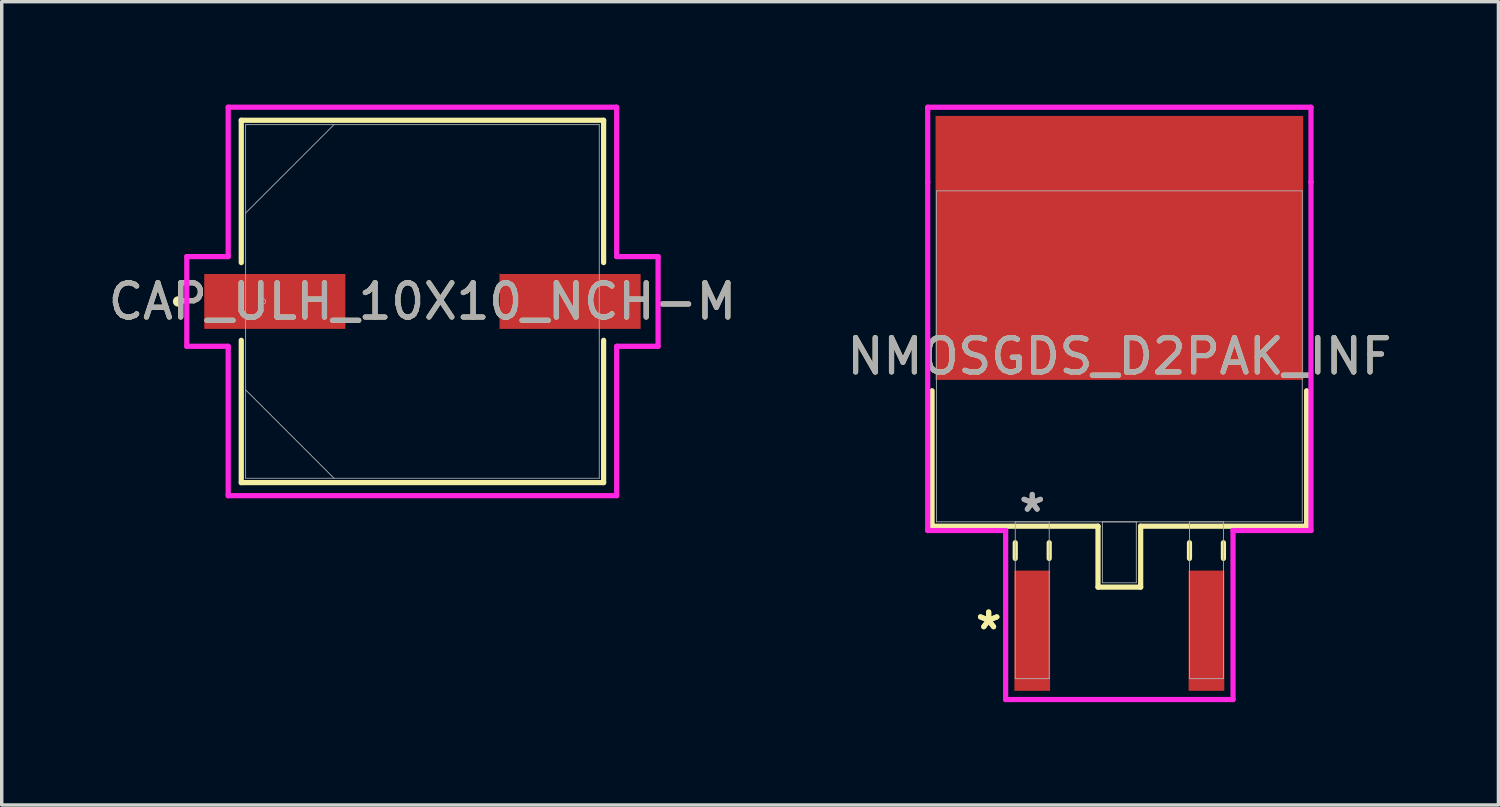
<source format=kicad_pcb>
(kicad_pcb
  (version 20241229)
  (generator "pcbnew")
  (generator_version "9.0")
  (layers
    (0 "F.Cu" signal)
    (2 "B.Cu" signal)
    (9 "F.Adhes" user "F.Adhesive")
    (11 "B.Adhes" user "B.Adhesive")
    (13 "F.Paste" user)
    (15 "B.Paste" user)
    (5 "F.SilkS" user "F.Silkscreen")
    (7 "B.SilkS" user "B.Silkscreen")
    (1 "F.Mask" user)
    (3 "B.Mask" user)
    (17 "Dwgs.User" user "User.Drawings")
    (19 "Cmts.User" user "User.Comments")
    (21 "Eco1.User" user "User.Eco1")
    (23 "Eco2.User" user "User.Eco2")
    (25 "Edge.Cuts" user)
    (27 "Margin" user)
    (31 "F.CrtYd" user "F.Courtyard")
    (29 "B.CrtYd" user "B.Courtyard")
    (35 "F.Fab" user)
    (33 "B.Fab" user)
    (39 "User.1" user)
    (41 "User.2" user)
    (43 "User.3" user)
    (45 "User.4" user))
  (footprint "NMOSGDS_D2PAK_INF"
    (layer "F.Cu")
    (at 29.589 7.34)
    (property "Reference" "NMOSGDS_D2PAK_INF" (at 0 0 0) (unlocked yes) (layer "F.SilkS") (effects (font (size 1 1) (thickness 0.15))))
    (attr smd)
    (fp_line (start -5.461 1.004) (end -5.461 4.953) (stroke (width 0.152) (type solid)) (layer "F.SilkS"))
    (fp_line (start -5.461 4.953) (end -0.622 4.953) (stroke (width 0.152) (type solid)) (layer "F.SilkS"))
    (fp_line (start -3.035 5.436) (end -3.035 5.893) (stroke (width 0.152) (type solid)) (layer "F.SilkS"))
    (fp_line (start -2.045 5.436) (end -2.045 5.893) (stroke (width 0.152) (type solid)) (layer "F.SilkS"))
    (fp_line (start -0.622 4.953) (end -0.622 6.731) (stroke (width 0.152) (type solid)) (layer "F.SilkS"))
    (fp_line (start -0.622 6.731) (end 0.622 6.731) (stroke (width 0.152) (type solid)) (layer "F.SilkS"))
    (fp_line (start 0.622 4.953) (end 5.461 4.953) (stroke (width 0.152) (type solid)) (layer "F.SilkS"))
    (fp_line (start 0.622 6.731) (end 0.622 4.953) (stroke (width 0.152) (type solid)) (layer "F.SilkS"))
    (fp_line (start 2.045 5.436) (end 2.045 5.893) (stroke (width 0.152) (type solid)) (layer "F.SilkS"))
    (fp_line (start 3.035 5.436) (end 3.035 5.893) (stroke (width 0.152) (type solid)) (layer "F.SilkS"))
    (fp_line (start 5.461 4.953) (end 5.461 1.004) (stroke (width 0.152) (type solid)) (layer "F.SilkS"))
    (fp_line (start -5.588 -7.263) (end 5.588 -7.263) (stroke (width 0.152) (type solid)) (layer "F.CrtYd"))
    (fp_line (start -5.588 -5.08) (end -5.588 -7.263) (stroke (width 0.152) (type solid)) (layer "F.CrtYd"))
    (fp_line (start -5.588 -5.08) (end -5.588 -5.08) (stroke (width 0.152) (type solid)) (layer "F.CrtYd"))
    (fp_line (start -5.588 5.08) (end -5.588 -5.08) (stroke (width 0.152) (type solid)) (layer "F.CrtYd"))
    (fp_line (start -3.315 5.08) (end -5.588 5.08) (stroke (width 0.152) (type solid)) (layer "F.CrtYd"))
    (fp_line (start -3.315 10.008) (end -3.315 5.08) (stroke (width 0.152) (type solid)) (layer "F.CrtYd"))
    (fp_line (start 3.315 5.08) (end 3.315 10.008) (stroke (width 0.152) (type solid)) (layer "F.CrtYd"))
    (fp_line (start 3.315 10.008) (end -3.315 10.008) (stroke (width 0.152) (type solid)) (layer "F.CrtYd"))
    (fp_line (start 5.588 -7.263) (end 5.588 -5.08) (stroke (width 0.152) (type solid)) (layer "F.CrtYd"))
    (fp_line (start 5.588 -5.08) (end 5.588 -5.08) (stroke (width 0.152) (type solid)) (layer "F.CrtYd"))
    (fp_line (start 5.588 -5.08) (end 5.588 5.08) (stroke (width 0.152) (type solid)) (layer "F.CrtYd"))
    (fp_line (start 5.588 5.08) (end 3.315 5.08) (stroke (width 0.152) (type solid)) (layer "F.CrtYd"))
    (fp_line (start -5.334 -4.826) (end -5.334 4.826) (stroke (width 0.025) (type solid)) (layer "F.Fab"))
    (fp_line (start -5.334 4.826) (end 5.334 4.826) (stroke (width 0.025) (type solid)) (layer "F.Fab"))
    (fp_line (start -3.035 4.826) (end -3.035 9.398) (stroke (width 0.025) (type solid)) (layer "F.Fab"))
    (fp_line (start -3.035 9.398) (end -2.045 9.398) (stroke (width 0.025) (type solid)) (layer "F.Fab"))
    (fp_line (start -2.045 4.826) (end -3.035 4.826) (stroke (width 0.025) (type solid)) (layer "F.Fab"))
    (fp_line (start -2.045 9.398) (end -2.045 4.826) (stroke (width 0.025) (type solid)) (layer "F.Fab"))
    (fp_line (start -0.495 4.826) (end -0.495 6.604) (stroke (width 0.025) (type solid)) (layer "F.Fab"))
    (fp_line (start -0.495 6.604) (end 0.495 6.604) (stroke (width 0.025) (type solid)) (layer "F.Fab"))
    (fp_line (start 0.495 4.826) (end -0.495 4.826) (stroke (width 0.025) (type solid)) (layer "F.Fab"))
    (fp_line (start 0.495 6.604) (end 0.495 4.826) (stroke (width 0.025) (type solid)) (layer "F.Fab"))
    (fp_line (start 2.045 4.826) (end 2.045 9.398) (stroke (width 0.025) (type solid)) (layer "F.Fab"))
    (fp_line (start 2.045 9.398) (end 3.035 9.398) (stroke (width 0.025) (type solid)) (layer "F.Fab"))
    (fp_line (start 3.035 4.826) (end 2.045 4.826) (stroke (width 0.025) (type solid)) (layer "F.Fab"))
    (fp_line (start 3.035 9.398) (end 3.035 4.826) (stroke (width 0.025) (type solid)) (layer "F.Fab"))
    (fp_line (start 5.334 -4.826) (end -5.334 -4.826) (stroke (width 0.025) (type solid)) (layer "F.Fab"))
    (fp_line (start 5.334 4.826) (end 5.334 -4.826) (stroke (width 0.025) (type solid)) (layer "F.Fab"))
    (fp_text user "*" (at -3.81 8.001 0) (unlocked yes) (layer "F.SilkS") (effects (font (size 1 1) (thickness 0.15))))
    (fp_text user "*" (at -3.81 8.001 0) (layer "F.SilkS") (effects (font (size 1 1) (thickness 0.15))))
    (fp_text user "${REFERENCE}" (at 0 0 0) (unlocked yes) (layer "F.Fab") (effects (font (size 1 1) (thickness 0.15))))
    (fp_text user "*" (at -2.54 4.572 0) (unlocked yes) (layer "F.Fab") (effects (font (size 1 1) (thickness 0.15))))
    (fp_text user "*" (at -2.54 4.572 0) (layer "F.Fab") (effects (font (size 1 1) (thickness 0.15))))
    (pad "1" smd rect (at -2.54 8.001) (size 1.041 3.505) (layers "F.Cu" "F.Mask" "F.Paste"))
    (pad "2" smd rect (at 0 -3.161) (size 10.719 7.696) (layers "F.Cu" "F.Mask" "F.Paste"))
    (pad "3" smd rect (at 2.54 8.001) (size 1.041 3.505) (layers "F.Cu" "F.Mask" "F.Paste")))
  (footprint "CAP_ULH_10X10_NCH-M"
    (layer "F.Cu")
    (at 9.268 5.74)
    (property "Reference" "CAP_ULH_10X10_NCH-M" (at 0 0 0) (unlocked yes) (layer "F.SilkS") (effects (font (size 1 1) (thickness 0.15))))
    (attr smd)
    (fp_line (start -5.283 -5.283) (end -5.283 -1.133) (stroke (width 0.152) (type solid)) (layer "F.SilkS"))
    (fp_line (start -5.283 1.133) (end -5.283 5.283) (stroke (width 0.152) (type solid)) (layer "F.SilkS"))
    (fp_line (start -5.283 5.283) (end 5.283 5.283) (stroke (width 0.152) (type solid)) (layer "F.SilkS"))
    (fp_line (start 5.283 -5.283) (end -5.283 -5.283) (stroke (width 0.152) (type solid)) (layer "F.SilkS"))
    (fp_line (start 5.283 -1.133) (end 5.283 -5.283) (stroke (width 0.152) (type solid)) (layer "F.SilkS"))
    (fp_line (start 5.283 5.283) (end 5.283 1.133) (stroke (width 0.152) (type solid)) (layer "F.SilkS"))
    (fp_circle (center -7.125 0) (end -7.048 0) (stroke (width 0.152) (type solid)) (fill no) (layer "F.SilkS"))
    (fp_line (start -6.871 -1.308) (end -5.664 -1.308) (stroke (width 0.152) (type solid)) (layer "F.CrtYd"))
    (fp_line (start -6.871 1.308) (end -6.871 -1.308) (stroke (width 0.152) (type solid)) (layer "F.CrtYd"))
    (fp_line (start -5.664 -5.664) (end 5.664 -5.664) (stroke (width 0.152) (type solid)) (layer "F.CrtYd"))
    (fp_line (start -5.664 -1.308) (end -5.664 -5.664) (stroke (width 0.152) (type solid)) (layer "F.CrtYd"))
    (fp_line (start -5.664 1.308) (end -6.871 1.308) (stroke (width 0.152) (type solid)) (layer "F.CrtYd"))
    (fp_line (start -5.664 5.664) (end -5.664 1.308) (stroke (width 0.152) (type solid)) (layer "F.CrtYd"))
    (fp_line (start 5.664 -5.664) (end 5.664 -1.308) (stroke (width 0.152) (type solid)) (layer "F.CrtYd"))
    (fp_line (start 5.664 -1.308) (end 6.871 -1.308) (stroke (width 0.152) (type solid)) (layer "F.CrtYd"))
    (fp_line (start 5.664 1.308) (end 5.664 5.664) (stroke (width 0.152) (type solid)) (layer "F.CrtYd"))
    (fp_line (start 5.664 5.664) (end -5.664 5.664) (stroke (width 0.152) (type solid)) (layer "F.CrtYd"))
    (fp_line (start 6.871 -1.308) (end 6.871 1.308) (stroke (width 0.152) (type solid)) (layer "F.CrtYd"))
    (fp_line (start 6.871 1.308) (end 5.664 1.308) (stroke (width 0.152) (type solid)) (layer "F.CrtYd"))
    (fp_line (start -5.156 -5.156) (end -5.156 5.156) (stroke (width 0.025) (type solid)) (layer "F.Fab"))
    (fp_line (start -5.156 -2.578) (end -2.578 -5.156) (stroke (width 0.025) (type solid)) (layer "F.Fab"))
    (fp_line (start -5.156 2.578) (end -2.578 5.156) (stroke (width 0.025) (type solid)) (layer "F.Fab"))
    (fp_line (start -5.156 5.156) (end 5.156 5.156) (stroke (width 0.025) (type solid)) (layer "F.Fab"))
    (fp_line (start 5.156 -5.156) (end -5.156 -5.156) (stroke (width 0.025) (type solid)) (layer "F.Fab"))
    (fp_line (start 5.156 5.156) (end 5.156 -5.156) (stroke (width 0.025) (type solid)) (layer "F.Fab"))
    (fp_circle (center -4.648 0) (end -4.572 0) (stroke (width 0.025) (type solid)) (fill no) (layer "F.Fab"))
    (fp_text user "${REFERENCE}" (at 0 0 0) (unlocked yes) (layer "F.Fab") (effects (font (size 1 1) (thickness 0.15))))
    (pad "1" smd rect (at -4.305 0) (size 4.115 1.6) (layers "F.Cu" "F.Mask" "F.Paste"))
    (pad "2" smd rect (at 4.305 0) (size 4.115 1.6) (layers "F.Cu" "F.Mask" "F.Paste"))
    (zone (net_name "") (layer "F.Cu") (hatch full 0.508) (connect_pads) (min_thickness 0.254) (filled_areas_thickness no) (keepout (tracks not_allowed) (vias not_allowed) (pads allowed) (copperpour not_allowed) (footprints allowed)) (placement (enabled no)) (fill) (polygon (pts (xy 4.162 0.635) (xy 14.373 0.635) (xy 14.373 4.889) (xy 4.162 4.889))))
    (zone (net_name "") (layer "F.Cu") (hatch full 0.508) (connect_pads) (min_thickness 0.254) (filled_areas_thickness no) (keepout (tracks not_allowed) (vias not_allowed) (pads allowed) (copperpour not_allowed) (footprints allowed)) (placement (enabled no)) (fill) (polygon (pts (xy 4.162 6.591) (xy 14.373 6.591) (xy 14.373 10.846) (xy 4.162 10.846))))
    (zone (net_name "") (layer "F.Cu") (hatch full 0.508) (connect_pads) (min_thickness 0.254) (filled_areas_thickness no) (keepout (tracks not_allowed) (vias not_allowed) (pads allowed) (copperpour not_allowed) (footprints allowed)) (placement (enabled no)) (fill) (polygon (pts (xy 7.071 4.889) (xy 11.465 4.889) (xy 11.465 6.591) (xy 7.071 6.591)))))
  (gr_rect
    (start -3 -3)
    (end 40.643 20.423)
    (stroke (width 0.1) (type default))
    (fill no)
    (layer "Edge.Cuts")))
</source>
